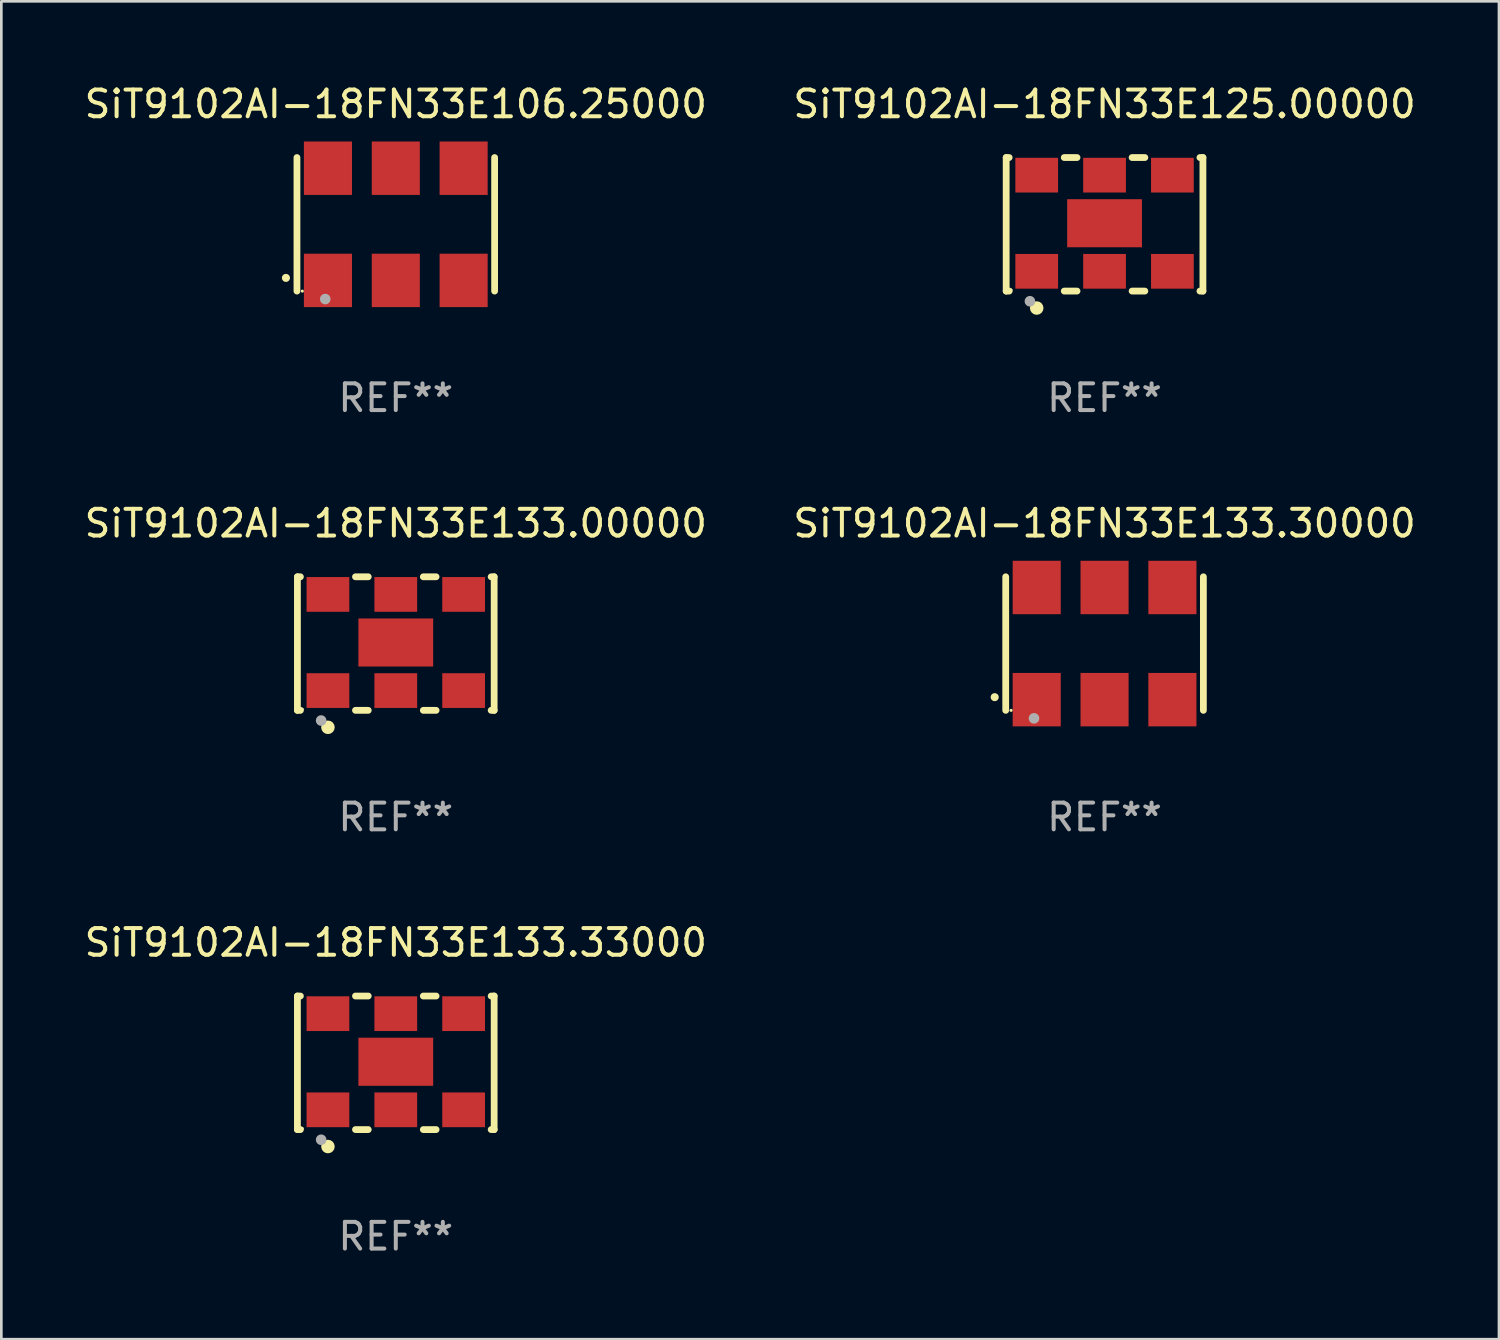
<source format=kicad_pcb>
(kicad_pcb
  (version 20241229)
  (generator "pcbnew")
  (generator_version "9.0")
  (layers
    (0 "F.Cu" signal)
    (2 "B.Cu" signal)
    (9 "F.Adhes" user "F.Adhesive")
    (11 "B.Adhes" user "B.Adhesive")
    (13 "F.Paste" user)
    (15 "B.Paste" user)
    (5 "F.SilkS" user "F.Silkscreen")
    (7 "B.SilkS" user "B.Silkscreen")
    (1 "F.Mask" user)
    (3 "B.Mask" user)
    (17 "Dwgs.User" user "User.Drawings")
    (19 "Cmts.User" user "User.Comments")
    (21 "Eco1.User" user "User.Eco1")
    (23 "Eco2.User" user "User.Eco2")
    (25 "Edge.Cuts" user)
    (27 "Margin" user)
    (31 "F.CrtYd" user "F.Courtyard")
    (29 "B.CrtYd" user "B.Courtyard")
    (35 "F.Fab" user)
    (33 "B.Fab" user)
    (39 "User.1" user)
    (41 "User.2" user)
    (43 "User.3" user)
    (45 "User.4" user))
  (footprint "SiT9102AI-18FN33E125.00000"
    (layer "F.Cu")
    (at 38.304 5.348)
    (property "Reference" "SiT9102AI-18FN33E125.00000" (at 0 -4.5 0) (layer "F.SilkS") (effects (font (size 1 1) (thickness 0.15))))
    (attr through_hole)
    (fp_line (start -3.683 -2.5) (end -3.571 -2.5) (stroke (width 0.254) (type solid)) (layer "F.SilkS"))
    (fp_line (start -3.683 2.5) (end -3.683 -2.5) (stroke (width 0.254) (type solid)) (layer "F.SilkS"))
    (fp_line (start -3.683 2.5) (end -3.571 2.5) (stroke (width 0.254) (type solid)) (layer "F.SilkS"))
    (fp_line (start -1.509 -2.5) (end -1.031 -2.5) (stroke (width 0.254) (type solid)) (layer "F.SilkS"))
    (fp_line (start -1.509 2.5) (end -1.031 2.5) (stroke (width 0.254) (type solid)) (layer "F.SilkS"))
    (fp_line (start 1.031 -2.5) (end 1.509 -2.5) (stroke (width 0.254) (type solid)) (layer "F.SilkS"))
    (fp_line (start 1.031 2.5) (end 1.509 2.5) (stroke (width 0.254) (type solid)) (layer "F.SilkS"))
    (fp_line (start 3.571 -2.5) (end 3.683 -2.5) (stroke (width 0.254) (type solid)) (layer "F.SilkS"))
    (fp_line (start 3.571 2.5) (end 3.683 2.5) (stroke (width 0.254) (type solid)) (layer "F.SilkS"))
    (fp_line (start 3.683 2.5) (end 3.683 -2.5) (stroke (width 0.254) (type solid)) (layer "F.SilkS"))
    (fp_circle (center -3.5 2.46) (end -3.47 2.46) (stroke (width 0.06) (type solid)) (fill no) (layer "F.SilkS"))
    (fp_circle (center -2.54 3.135) (end -2.413 3.135) (stroke (width 0.254) (type solid)) (fill no) (layer "F.SilkS"))
    (fp_circle (center -2.794 2.881) (end -2.694 2.881) (stroke (width 0.2) (type solid)) (fill no) (layer "F.Fab"))
    (fp_text user "REF**" (at 0 6.5 0) (layer "F.Fab") (effects (font (size 1 1) (thickness 0.15))))
    (pad "1" smd rect (at -2.54 1.76) (size 1.6 1.3) (layers "F.Cu" "F.Mask" "F.Paste"))
    (pad "2" smd rect (at 0 1.76) (size 1.6 1.3) (layers "F.Cu" "F.Mask" "F.Paste"))
    (pad "3" smd rect (at 2.54 1.76) (size 1.6 1.3) (layers "F.Cu" "F.Mask" "F.Paste"))
    (pad "4" smd rect (at 2.54 -1.84) (size 1.6 1.3) (layers "F.Cu" "F.Mask" "F.Paste"))
    (pad "5" smd rect (at 0 -1.84) (size 1.6 1.3) (layers "F.Cu" "F.Mask" "F.Paste"))
    (pad "6" smd rect (at -2.54 -1.84) (size 1.6 1.3) (layers "F.Cu" "F.Mask" "F.Paste"))
    (pad "7" smd rect (at 0 -0.04) (size 2.8 1.8) (layers "F.Cu" "F.Mask" "F.Paste")))
  (footprint "SiT9102AI-18FN33E106.25000"
    (layer "F.Cu")
    (at 11.768 5.348)
    (property "Reference" "SiT9102AI-18FN33E106.25000" (at 0 -4.5 0) (layer "F.SilkS") (effects (font (size 1 1) (thickness 0.15))))
    (attr through_hole)
    (fp_line (start -3.7 -2.5) (end -3.7 2.5) (stroke (width 0.254) (type solid)) (layer "F.SilkS"))
    (fp_line (start 3.7 -2.5) (end 3.7 2.5) (stroke (width 0.254) (type solid)) (layer "F.SilkS"))
    (fp_arc (start -4.114415 2.006604) (mid -4.113145 2.006599) (end -4.111875 2.006604) (stroke (width 0.3) (type solid)) (layer "F.SilkS"))
    (fp_circle (center -3.5 2.501) (end -3.47 2.501) (stroke (width 0.06) (type solid)) (fill no) (layer "F.SilkS"))
    (fp_circle (center -2.641 2.799) (end -2.541 2.799) (stroke (width 0.2) (type solid)) (fill no) (layer "F.Fab"))
    (fp_text user "REF**" (at 0 6.5 0) (layer "F.Fab") (effects (font (size 1 1) (thickness 0.15))))
    (pad "1" smd rect (at -2.54 2.1) (size 1.8 2) (layers "F.Cu" "F.Mask" "F.Paste"))
    (pad "2" smd rect (at 0.000394 2.1) (size 1.8 2) (layers "F.Cu" "F.Mask" "F.Paste"))
    (pad "3" smd rect (at 2.54 2.1) (size 1.8 2) (layers "F.Cu" "F.Mask" "F.Paste"))
    (pad "4" smd rect (at 2.54 -2.1) (size 1.8 2) (layers "F.Cu" "F.Mask" "F.Paste"))
    (pad "5" smd rect (at 0.000394 -2.1) (size 1.8 2) (layers "F.Cu" "F.Mask" "F.Paste"))
    (pad "6" smd rect (at -2.54 -2.1) (size 1.8 2) (layers "F.Cu" "F.Mask" "F.Paste")))
  (footprint "SiT9102AI-18FN33E133.30000"
    (layer "F.Cu")
    (at 38.304 21.045)
    (property "Reference" "SiT9102AI-18FN33E133.30000" (at 0 -4.5 0) (layer "F.SilkS") (effects (font (size 1 1) (thickness 0.15))))
    (attr through_hole)
    (fp_line (start -3.7 -2.5) (end -3.7 2.5) (stroke (width 0.254) (type solid)) (layer "F.SilkS"))
    (fp_line (start 3.7 -2.5) (end 3.7 2.5) (stroke (width 0.254) (type solid)) (layer "F.SilkS"))
    (fp_arc (start -4.114415 2.006604) (mid -4.113145 2.006599) (end -4.111875 2.006604) (stroke (width 0.3) (type solid)) (layer "F.SilkS"))
    (fp_circle (center -3.5 2.501) (end -3.47 2.501) (stroke (width 0.06) (type solid)) (fill no) (layer "F.SilkS"))
    (fp_circle (center -2.641 2.799) (end -2.541 2.799) (stroke (width 0.2) (type solid)) (fill no) (layer "F.Fab"))
    (fp_text user "REF**" (at 0 6.5 0) (layer "F.Fab") (effects (font (size 1 1) (thickness 0.15))))
    (pad "1" smd rect (at -2.54 2.1) (size 1.8 2) (layers "F.Cu" "F.Mask" "F.Paste"))
    (pad "2" smd rect (at 0.000394 2.1) (size 1.8 2) (layers "F.Cu" "F.Mask" "F.Paste"))
    (pad "3" smd rect (at 2.54 2.1) (size 1.8 2) (layers "F.Cu" "F.Mask" "F.Paste"))
    (pad "4" smd rect (at 2.54 -2.1) (size 1.8 2) (layers "F.Cu" "F.Mask" "F.Paste"))
    (pad "5" smd rect (at 0.000394 -2.1) (size 1.8 2) (layers "F.Cu" "F.Mask" "F.Paste"))
    (pad "6" smd rect (at -2.54 -2.1) (size 1.8 2) (layers "F.Cu" "F.Mask" "F.Paste")))
  (footprint "SiT9102AI-18FN33E133.00000"
    (layer "F.Cu")
    (at 11.768 21.045)
    (property "Reference" "SiT9102AI-18FN33E133.00000" (at 0 -4.5 0) (layer "F.SilkS") (effects (font (size 1 1) (thickness 0.15))))
    (attr through_hole)
    (fp_line (start -3.683 -2.5) (end -3.571 -2.5) (stroke (width 0.254) (type solid)) (layer "F.SilkS"))
    (fp_line (start -3.683 2.5) (end -3.683 -2.5) (stroke (width 0.254) (type solid)) (layer "F.SilkS"))
    (fp_line (start -3.683 2.5) (end -3.571 2.5) (stroke (width 0.254) (type solid)) (layer "F.SilkS"))
    (fp_line (start -1.509 -2.5) (end -1.031 -2.5) (stroke (width 0.254) (type solid)) (layer "F.SilkS"))
    (fp_line (start -1.509 2.5) (end -1.031 2.5) (stroke (width 0.254) (type solid)) (layer "F.SilkS"))
    (fp_line (start 1.031 -2.5) (end 1.509 -2.5) (stroke (width 0.254) (type solid)) (layer "F.SilkS"))
    (fp_line (start 1.031 2.5) (end 1.509 2.5) (stroke (width 0.254) (type solid)) (layer "F.SilkS"))
    (fp_line (start 3.571 -2.5) (end 3.683 -2.5) (stroke (width 0.254) (type solid)) (layer "F.SilkS"))
    (fp_line (start 3.571 2.5) (end 3.683 2.5) (stroke (width 0.254) (type solid)) (layer "F.SilkS"))
    (fp_line (start 3.683 2.5) (end 3.683 -2.5) (stroke (width 0.254) (type solid)) (layer "F.SilkS"))
    (fp_circle (center -3.5 2.46) (end -3.47 2.46) (stroke (width 0.06) (type solid)) (fill no) (layer "F.SilkS"))
    (fp_circle (center -2.54 3.135) (end -2.413 3.135) (stroke (width 0.254) (type solid)) (fill no) (layer "F.SilkS"))
    (fp_circle (center -2.794 2.881) (end -2.694 2.881) (stroke (width 0.2) (type solid)) (fill no) (layer "F.Fab"))
    (fp_text user "REF**" (at 0 6.5 0) (layer "F.Fab") (effects (font (size 1 1) (thickness 0.15))))
    (pad "1" smd rect (at -2.54 1.76) (size 1.6 1.3) (layers "F.Cu" "F.Mask" "F.Paste"))
    (pad "2" smd rect (at 0 1.76) (size 1.6 1.3) (layers "F.Cu" "F.Mask" "F.Paste"))
    (pad "3" smd rect (at 2.54 1.76) (size 1.6 1.3) (layers "F.Cu" "F.Mask" "F.Paste"))
    (pad "4" smd rect (at 2.54 -1.84) (size 1.6 1.3) (layers "F.Cu" "F.Mask" "F.Paste"))
    (pad "5" smd rect (at 0 -1.84) (size 1.6 1.3) (layers "F.Cu" "F.Mask" "F.Paste"))
    (pad "6" smd rect (at -2.54 -1.84) (size 1.6 1.3) (layers "F.Cu" "F.Mask" "F.Paste"))
    (pad "7" smd rect (at 0 -0.04) (size 2.8 1.8) (layers "F.Cu" "F.Mask" "F.Paste")))
  (footprint "SiT9102AI-18FN33E133.33000"
    (layer "F.Cu")
    (at 11.768 36.741)
    (property "Reference" "SiT9102AI-18FN33E133.33000" (at 0 -4.5 0) (layer "F.SilkS") (effects (font (size 1 1) (thickness 0.15))))
    (attr through_hole)
    (fp_line (start -3.683 -2.5) (end -3.571 -2.5) (stroke (width 0.254) (type solid)) (layer "F.SilkS"))
    (fp_line (start -3.683 2.5) (end -3.683 -2.5) (stroke (width 0.254) (type solid)) (layer "F.SilkS"))
    (fp_line (start -3.683 2.5) (end -3.571 2.5) (stroke (width 0.254) (type solid)) (layer "F.SilkS"))
    (fp_line (start -1.509 -2.5) (end -1.031 -2.5) (stroke (width 0.254) (type solid)) (layer "F.SilkS"))
    (fp_line (start -1.509 2.5) (end -1.031 2.5) (stroke (width 0.254) (type solid)) (layer "F.SilkS"))
    (fp_line (start 1.031 -2.5) (end 1.509 -2.5) (stroke (width 0.254) (type solid)) (layer "F.SilkS"))
    (fp_line (start 1.031 2.5) (end 1.509 2.5) (stroke (width 0.254) (type solid)) (layer "F.SilkS"))
    (fp_line (start 3.571 -2.5) (end 3.683 -2.5) (stroke (width 0.254) (type solid)) (layer "F.SilkS"))
    (fp_line (start 3.571 2.5) (end 3.683 2.5) (stroke (width 0.254) (type solid)) (layer "F.SilkS"))
    (fp_line (start 3.683 2.5) (end 3.683 -2.5) (stroke (width 0.254) (type solid)) (layer "F.SilkS"))
    (fp_circle (center -3.5 2.46) (end -3.47 2.46) (stroke (width 0.06) (type solid)) (fill no) (layer "F.SilkS"))
    (fp_circle (center -2.54 3.135) (end -2.413 3.135) (stroke (width 0.254) (type solid)) (fill no) (layer "F.SilkS"))
    (fp_circle (center -2.794 2.881) (end -2.694 2.881) (stroke (width 0.2) (type solid)) (fill no) (layer "F.Fab"))
    (fp_text user "REF**" (at 0 6.5 0) (layer "F.Fab") (effects (font (size 1 1) (thickness 0.15))))
    (pad "1" smd rect (at -2.54 1.76) (size 1.6 1.3) (layers "F.Cu" "F.Mask" "F.Paste"))
    (pad "2" smd rect (at 0 1.76) (size 1.6 1.3) (layers "F.Cu" "F.Mask" "F.Paste"))
    (pad "3" smd rect (at 2.54 1.76) (size 1.6 1.3) (layers "F.Cu" "F.Mask" "F.Paste"))
    (pad "4" smd rect (at 2.54 -1.84) (size 1.6 1.3) (layers "F.Cu" "F.Mask" "F.Paste"))
    (pad "5" smd rect (at 0 -1.84) (size 1.6 1.3) (layers "F.Cu" "F.Mask" "F.Paste"))
    (pad "6" smd rect (at -2.54 -1.84) (size 1.6 1.3) (layers "F.Cu" "F.Mask" "F.Paste"))
    (pad "7" smd rect (at 0 -0.04) (size 2.8 1.8) (layers "F.Cu" "F.Mask" "F.Paste")))
  (gr_rect
    (start -3 -3)
    (end 53.071 47.09)
    (stroke (width 0.1) (type default))
    (fill no)
    (layer "Edge.Cuts")))
</source>
